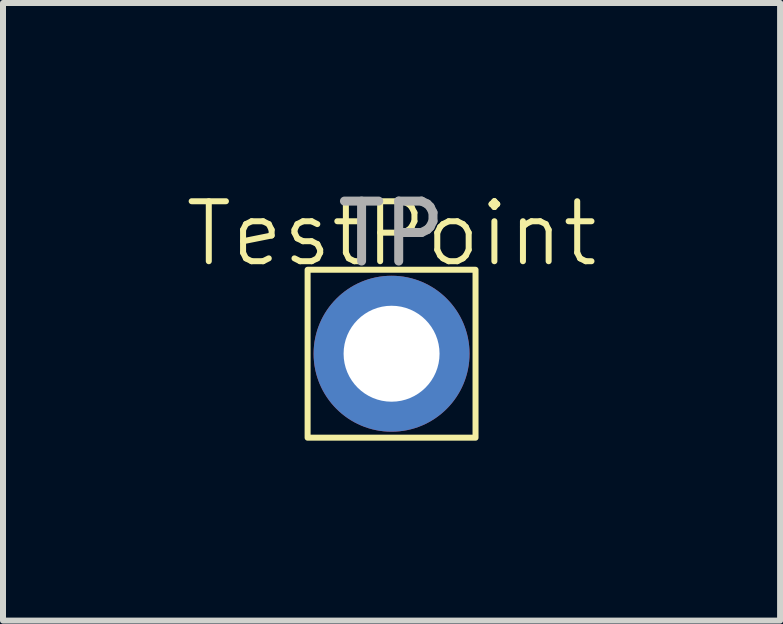
<source format=kicad_pcb>
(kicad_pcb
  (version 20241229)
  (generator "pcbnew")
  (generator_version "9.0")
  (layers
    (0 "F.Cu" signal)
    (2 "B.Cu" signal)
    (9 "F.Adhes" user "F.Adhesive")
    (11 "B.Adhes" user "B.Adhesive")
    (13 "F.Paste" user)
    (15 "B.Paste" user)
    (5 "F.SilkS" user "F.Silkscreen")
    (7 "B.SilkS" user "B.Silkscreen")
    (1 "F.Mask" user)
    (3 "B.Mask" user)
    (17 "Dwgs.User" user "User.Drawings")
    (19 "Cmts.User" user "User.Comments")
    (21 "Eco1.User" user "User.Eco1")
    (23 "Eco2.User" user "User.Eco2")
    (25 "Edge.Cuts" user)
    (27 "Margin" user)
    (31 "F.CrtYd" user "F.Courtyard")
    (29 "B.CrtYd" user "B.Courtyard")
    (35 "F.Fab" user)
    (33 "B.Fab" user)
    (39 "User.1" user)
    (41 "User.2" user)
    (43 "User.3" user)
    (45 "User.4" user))
  (footprint "TestPoint"
    (layer "F.Cu")
    (at 3.479 2.848)
    (property "Reference" "TestPoint" (at 0 -2 0) (unlocked yes) (layer "F.SilkS") (effects (font (size 1 1) (thickness 0.1))))
    (attr through_hole)
    (fp_rect (start -1.4 -1.4) (end 1.4 1.4) (stroke (width 0.1) (type default)) (fill no) (layer "F.SilkS"))
    (fp_text user "TP" (at 0 -2 0) (unlocked yes) (layer "F.Fab") (effects (font (size 1 1) (thickness 0.15))))
    (pad "1" thru_hole circle (at 0 0) (size 2.6 2.6) (drill 1.6) (layers "*.Cu" "*.Mask")))
  (gr_rect
    (start -3 -3)
    (end 9.957 7.298)
    (stroke (width 0.1) (type default))
    (fill no)
    (layer "Edge.Cuts")))
</source>
